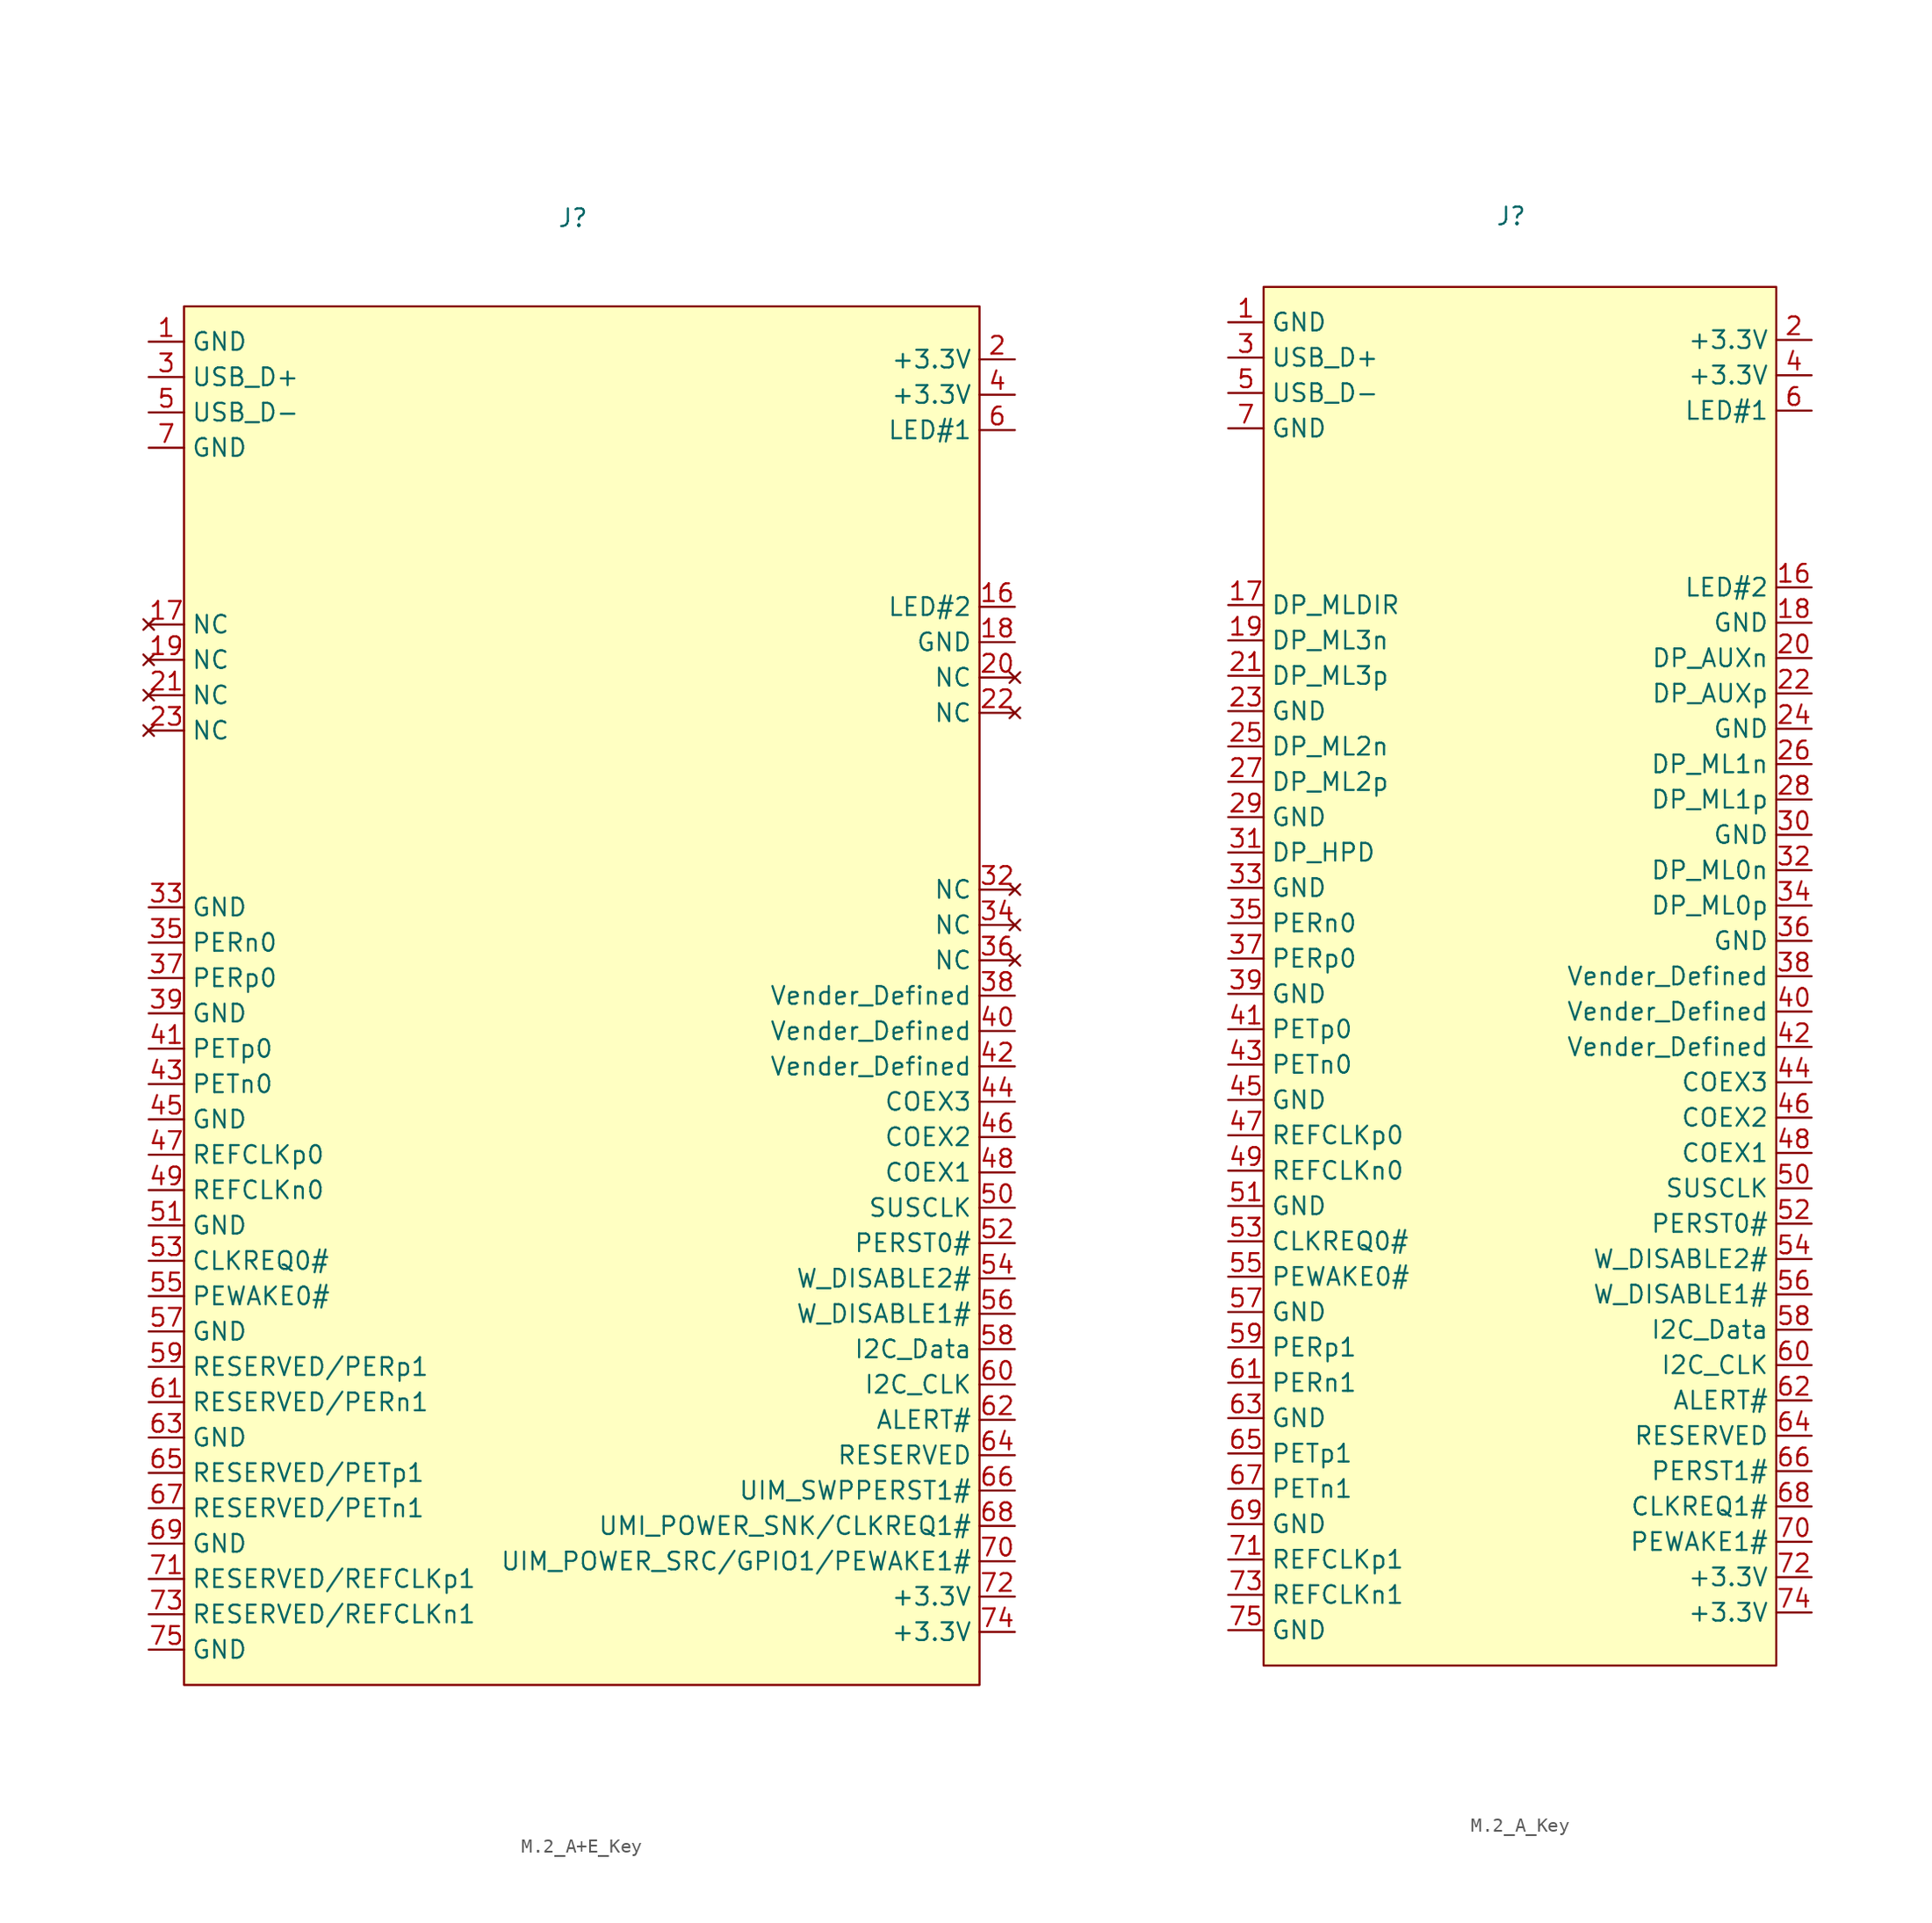
<source format=kicad_sym>
(kicad_symbol_lib
  (version 20241209)
  (generator "kicad_symbol_editor")
  (generator_version "9.0")
  (symbol "M.2_A+E_Key"
    (property "Reference" "J"
      (at 0 0 0)
      (effects (font (size 1.27 1.27))))
    (property "Value" ""
      (at 0 0 0)
      (effects (font (size 1.27 1.27))))
    (symbol "M.2_A+E_Key_0_1"
      (rectangle (start -27.94 -6.35) (end 29.21 -105.41) (stroke (width 0) (type default)) (fill (type background))))
    (symbol "M.2_A+E_Key_1_1"
      (pin power_in line (at -30.48 -8.89 0) (length 2.54) (name "GND" (effects (font (size 1.27 1.27)))) (number "1" (effects (font (size 1.27 1.27)))))
      (pin bidirectional line (at -30.48 -11.43 0) (length 2.54) (name "USB_D+" (effects (font (size 1.27 1.27)))) (number "3" (effects (font (size 1.27 1.27)))))
      (pin bidirectional line (at -30.48 -13.97 0) (length 2.54) (name "USB_D-" (effects (font (size 1.27 1.27)))) (number "5" (effects (font (size 1.27 1.27)))))
      (pin power_in line (at -30.48 -16.51 0) (length 2.54) (name "GND" (effects (font (size 1.27 1.27)))) (number "7" (effects (font (size 1.27 1.27)))))
      (pin no_connect line (at -30.48 -29.21 0) (length 2.54) (name "NC" (effects (font (size 1.27 1.27)))) (number "17" (effects (font (size 1.27 1.27)))))
      (pin no_connect line (at -30.48 -31.75 0) (length 2.54) (name "NC" (effects (font (size 1.27 1.27)))) (number "19" (effects (font (size 1.27 1.27)))))
      (pin no_connect line (at -30.48 -34.29 0) (length 2.54) (name "NC" (effects (font (size 1.27 1.27)))) (number "21" (effects (font (size 1.27 1.27)))))
      (pin no_connect line (at -30.48 -36.83 0) (length 2.54) (name "NC" (effects (font (size 1.27 1.27)))) (number "23" (effects (font (size 1.27 1.27)))))
      (pin power_in line (at -30.48 -49.53 0) (length 2.54) (name "GND" (effects (font (size 1.27 1.27)))) (number "33" (effects (font (size 1.27 1.27)))))
      (pin input line (at -30.48 -52.07 0) (length 2.54) (name "PERn0" (effects (font (size 1.27 1.27)))) (number "35" (effects (font (size 1.27 1.27)))))
      (pin input line (at -30.48 -54.61 0) (length 2.54) (name "PERp0" (effects (font (size 1.27 1.27)))) (number "37" (effects (font (size 1.27 1.27)))))
      (pin power_in line (at -30.48 -57.15 0) (length 2.54) (name "GND" (effects (font (size 1.27 1.27)))) (number "39" (effects (font (size 1.27 1.27)))))
      (pin output line (at -30.48 -59.69 0) (length 2.54) (name "PETp0" (effects (font (size 1.27 1.27)))) (number "41" (effects (font (size 1.27 1.27)))))
      (pin output line (at -30.48 -62.23 0) (length 2.54) (name "PETn0" (effects (font (size 1.27 1.27)))) (number "43" (effects (font (size 1.27 1.27)))))
      (pin power_in line (at -30.48 -64.77 0) (length 2.54) (name "GND" (effects (font (size 1.27 1.27)))) (number "45" (effects (font (size 1.27 1.27)))))
      (pin input line (at -30.48 -67.31 0) (length 2.54) (name "REFCLKp0" (effects (font (size 1.27 1.27)))) (number "47" (effects (font (size 1.27 1.27)))))
      (pin input line (at -30.48 -69.85 0) (length 2.54) (name "REFCLKn0" (effects (font (size 1.27 1.27)))) (number "49" (effects (font (size 1.27 1.27)))))
      (pin power_in line (at -30.48 -72.39 0) (length 2.54) (name "GND" (effects (font (size 1.27 1.27)))) (number "51" (effects (font (size 1.27 1.27)))))
      (pin bidirectional line (at -30.48 -74.93 0) (length 2.54) (name "CLKREQ0#" (effects (font (size 1.27 1.27)))) (number "53" (effects (font (size 1.27 1.27)))))
      (pin bidirectional line (at -30.48 -77.47 0) (length 2.54) (name "PEWAKE0#" (effects (font (size 1.27 1.27)))) (number "55" (effects (font (size 1.27 1.27)))))
      (pin power_in line (at -30.48 -80.01 0) (length 2.54) (name "GND" (effects (font (size 1.27 1.27)))) (number "57" (effects (font (size 1.27 1.27)))))
      (pin input line (at -30.48 -82.55 0) (length 2.54) (name "RESERVED/PERp1" (effects (font (size 1.27 1.27)))) (number "59" (effects (font (size 1.27 1.27)))))
      (pin input line (at -30.48 -85.09 0) (length 2.54) (name "RESERVED/PERn1" (effects (font (size 1.27 1.27)))) (number "61" (effects (font (size 1.27 1.27)))))
      (pin power_in line (at -30.48 -87.63 0) (length 2.54) (name "GND" (effects (font (size 1.27 1.27)))) (number "63" (effects (font (size 1.27 1.27)))))
      (pin output line (at -30.48 -90.17 0) (length 2.54) (name "RESERVED/PETp1" (effects (font (size 1.27 1.27)))) (number "65" (effects (font (size 1.27 1.27)))))
      (pin output line (at -30.48 -92.71 0) (length 2.54) (name "RESERVED/PETn1" (effects (font (size 1.27 1.27)))) (number "67" (effects (font (size 1.27 1.27)))))
      (pin passive line (at -30.48 -95.25 0) (length 2.54) (name "GND" (effects (font (size 1.27 1.27)))) (number "69" (effects (font (size 1.27 1.27)))))
      (pin input line (at -30.48 -97.79 0) (length 2.54) (name "RESERVED/REFCLKp1" (effects (font (size 1.27 1.27)))) (number "71" (effects (font (size 1.27 1.27)))))
      (pin input line (at -30.48 -100.33 0) (length 2.54) (name "RESERVED/REFCLKn1" (effects (font (size 1.27 1.27)))) (number "73" (effects (font (size 1.27 1.27)))))
      (pin power_in line (at -30.48 -102.87 0) (length 2.54) (name "GND" (effects (font (size 1.27 1.27)))) (number "75" (effects (font (size 1.27 1.27)))))
      (pin power_in line (at 31.75 -10.16 180) (length 2.54) (name "+3.3V" (effects (font (size 1.27 1.27)))) (number "2" (effects (font (size 1.27 1.27)))))
      (pin power_in line (at 31.75 -12.7 180) (length 2.54) (name "+3.3V" (effects (font (size 1.27 1.27)))) (number "4" (effects (font (size 1.27 1.27)))))
      (pin output line (at 31.75 -15.24 180) (length 2.54) (name "LED#1" (effects (font (size 1.27 1.27)))) (number "6" (effects (font (size 1.27 1.27)))))
      (pin output line (at 31.75 -27.94 180) (length 2.54) (name "LED#2" (effects (font (size 1.27 1.27)))) (number "16" (effects (font (size 1.27 1.27)))))
      (pin power_in line (at 31.75 -30.48 180) (length 2.54) (name "GND" (effects (font (size 1.27 1.27)))) (number "18" (effects (font (size 1.27 1.27)))))
      (pin no_connect line (at 31.75 -33.02 180) (length 2.54) (name "NC" (effects (font (size 1.27 1.27)))) (number "20" (effects (font (size 1.27 1.27)))))
      (pin no_connect line (at 31.75 -35.56 180) (length 2.54) (name "NC" (effects (font (size 1.27 1.27)))) (number "22" (effects (font (size 1.27 1.27)))))
      (pin no_connect line (at 31.75 -48.26 180) (length 2.54) (name "NC" (effects (font (size 1.27 1.27)))) (number "32" (effects (font (size 1.27 1.27)))))
      (pin no_connect line (at 31.75 -50.8 180) (length 2.54) (name "NC" (effects (font (size 1.27 1.27)))) (number "34" (effects (font (size 1.27 1.27)))))
      (pin no_connect line (at 31.75 -53.34 180) (length 2.54) (name "NC" (effects (font (size 1.27 1.27)))) (number "36" (effects (font (size 1.27 1.27)))))
      (pin unspecified line (at 31.75 -55.88 180) (length 2.54) (name "Vender_Defined" (effects (font (size 1.27 1.27)))) (number "38" (effects (font (size 1.27 1.27)))))
      (pin unspecified line (at 31.75 -58.42 180) (length 2.54) (name "Vender_Defined" (effects (font (size 1.27 1.27)))) (number "40" (effects (font (size 1.27 1.27)))))
      (pin unspecified line (at 31.75 -60.96 180) (length 2.54) (name "Vender_Defined" (effects (font (size 1.27 1.27)))) (number "42" (effects (font (size 1.27 1.27)))))
      (pin bidirectional line (at 31.75 -63.5 180) (length 2.54) (name "COEX3" (effects (font (size 1.27 1.27)))) (number "44" (effects (font (size 1.27 1.27)))))
      (pin bidirectional line (at 31.75 -66.04 180) (length 2.54) (name "COEX2" (effects (font (size 1.27 1.27)))) (number "46" (effects (font (size 1.27 1.27)))))
      (pin bidirectional line (at 31.75 -68.58 180) (length 2.54) (name "COEX1" (effects (font (size 1.27 1.27)))) (number "48" (effects (font (size 1.27 1.27)))))
      (pin input line (at 31.75 -71.12 180) (length 2.54) (name "SUSCLK" (effects (font (size 1.27 1.27)))) (number "50" (effects (font (size 1.27 1.27)))))
      (pin input line (at 31.75 -73.66 180) (length 2.54) (name "PERST0#" (effects (font (size 1.27 1.27)))) (number "52" (effects (font (size 1.27 1.27)))))
      (pin input line (at 31.75 -76.2 180) (length 2.54) (name "W_DISABLE2#" (effects (font (size 1.27 1.27)))) (number "54" (effects (font (size 1.27 1.27)))))
      (pin input line (at 31.75 -78.74 180) (length 2.54) (name "W_DISABLE1#" (effects (font (size 1.27 1.27)))) (number "56" (effects (font (size 1.27 1.27)))))
      (pin bidirectional line (at 31.75 -81.28 180) (length 2.54) (name "I2C_Data" (effects (font (size 1.27 1.27)))) (number "58" (effects (font (size 1.27 1.27)))))
      (pin input line (at 31.75 -83.82 180) (length 2.54) (name "I2C_CLK" (effects (font (size 1.27 1.27)))) (number "60" (effects (font (size 1.27 1.27)))))
      (pin output line (at 31.75 -86.36 180) (length 2.54) (name "ALERT#" (effects (font (size 1.27 1.27)))) (number "62" (effects (font (size 1.27 1.27)))))
      (pin unspecified line (at 31.75 -88.9 180) (length 2.54) (name "RESERVED" (effects (font (size 1.27 1.27)))) (number "64" (effects (font (size 1.27 1.27)))))
      (pin unspecified line (at 31.75 -91.44 180) (length 2.54) (name "UIM_SWPPERST1#" (effects (font (size 1.27 1.27)))) (number "66" (effects (font (size 1.27 1.27)))))
      (pin unspecified line (at 31.75 -93.98 180) (length 2.54) (name "UMI_POWER_SNK/CLKREQ1#" (effects (font (size 1.27 1.27)))) (number "68" (effects (font (size 1.27 1.27)))))
      (pin unspecified line (at 31.75 -96.52 180) (length 2.54) (name "UIM_POWER_SRC/GPIO1/PEWAKE1#" (effects (font (size 1.27 1.27)))) (number "70" (effects (font (size 1.27 1.27)))))
      (pin power_in line (at 31.75 -99.06 180) (length 2.54) (name "+3.3V" (effects (font (size 1.27 1.27)))) (number "72" (effects (font (size 1.27 1.27)))))
      (pin power_in line (at 31.75 -101.6 180) (length 2.54) (name "+3.3V" (effects (font (size 1.27 1.27)))) (number "74" (effects (font (size 1.27 1.27)))))))
  (symbol "M.2_A_Key"
    (property "Reference" "J"
      (at 0 0 0)
      (effects (font (size 1.27 1.27))))
    (property "Value" ""
      (at 0 0 0)
      (effects (font (size 1.27 1.27))))
    (symbol "M.2_A_Key_0_1"
      (rectangle (start -17.78 -5.08) (end 19.05 -104.14) (stroke (width 0) (type default)) (fill (type background))))
    (symbol "M.2_A_Key_1_1"
      (pin power_in line (at -20.32 -7.62 0) (length 2.54) (name "GND" (effects (font (size 1.27 1.27)))) (number "1" (effects (font (size 1.27 1.27)))))
      (pin bidirectional line (at -20.32 -10.16 0) (length 2.54) (name "USB_D+" (effects (font (size 1.27 1.27)))) (number "3" (effects (font (size 1.27 1.27)))))
      (pin bidirectional line (at -20.32 -12.7 0) (length 2.54) (name "USB_D-" (effects (font (size 1.27 1.27)))) (number "5" (effects (font (size 1.27 1.27)))))
      (pin power_in line (at -20.32 -15.24 0) (length 2.54) (name "GND" (effects (font (size 1.27 1.27)))) (number "7" (effects (font (size 1.27 1.27)))))
      (pin output line (at -20.32 -27.94 0) (length 2.54) (name "DP_MLDIR" (effects (font (size 1.27 1.27)))) (number "17" (effects (font (size 1.27 1.27)))))
      (pin bidirectional line (at -20.32 -30.48 0) (length 2.54) (name "DP_ML3n" (effects (font (size 1.27 1.27)))) (number "19" (effects (font (size 1.27 1.27)))))
      (pin bidirectional line (at -20.32 -33.02 0) (length 2.54) (name "DP_ML3p" (effects (font (size 1.27 1.27)))) (number "21" (effects (font (size 1.27 1.27)))))
      (pin power_in line (at -20.32 -35.56 0) (length 2.54) (name "GND" (effects (font (size 1.27 1.27)))) (number "23" (effects (font (size 1.27 1.27)))))
      (pin bidirectional line (at -20.32 -38.1 0) (length 2.54) (name "DP_ML2n" (effects (font (size 1.27 1.27)))) (number "25" (effects (font (size 1.27 1.27)))))
      (pin bidirectional line (at -20.32 -40.64 0) (length 2.54) (name "DP_ML2p" (effects (font (size 1.27 1.27)))) (number "27" (effects (font (size 1.27 1.27)))))
      (pin power_in line (at -20.32 -43.18 0) (length 2.54) (name "GND" (effects (font (size 1.27 1.27)))) (number "29" (effects (font (size 1.27 1.27)))))
      (pin bidirectional line (at -20.32 -45.72 0) (length 2.54) (name "DP_HPD" (effects (font (size 1.27 1.27)))) (number "31" (effects (font (size 1.27 1.27)))))
      (pin power_in line (at -20.32 -48.26 0) (length 2.54) (name "GND" (effects (font (size 1.27 1.27)))) (number "33" (effects (font (size 1.27 1.27)))))
      (pin input line (at -20.32 -50.8 0) (length 2.54) (name "PERn0" (effects (font (size 1.27 1.27)))) (number "35" (effects (font (size 1.27 1.27)))))
      (pin input line (at -20.32 -53.34 0) (length 2.54) (name "PERp0" (effects (font (size 1.27 1.27)))) (number "37" (effects (font (size 1.27 1.27)))))
      (pin power_in line (at -20.32 -55.88 0) (length 2.54) (name "GND" (effects (font (size 1.27 1.27)))) (number "39" (effects (font (size 1.27 1.27)))))
      (pin output line (at -20.32 -58.42 0) (length 2.54) (name "PETp0" (effects (font (size 1.27 1.27)))) (number "41" (effects (font (size 1.27 1.27)))))
      (pin output line (at -20.32 -60.96 0) (length 2.54) (name "PETn0" (effects (font (size 1.27 1.27)))) (number "43" (effects (font (size 1.27 1.27)))))
      (pin power_in line (at -20.32 -63.5 0) (length 2.54) (name "GND" (effects (font (size 1.27 1.27)))) (number "45" (effects (font (size 1.27 1.27)))))
      (pin input line (at -20.32 -66.04 0) (length 2.54) (name "REFCLKp0" (effects (font (size 1.27 1.27)))) (number "47" (effects (font (size 1.27 1.27)))))
      (pin input line (at -20.32 -68.58 0) (length 2.54) (name "REFCLKn0" (effects (font (size 1.27 1.27)))) (number "49" (effects (font (size 1.27 1.27)))))
      (pin power_in line (at -20.32 -71.12 0) (length 2.54) (name "GND" (effects (font (size 1.27 1.27)))) (number "51" (effects (font (size 1.27 1.27)))))
      (pin bidirectional line (at -20.32 -73.66 0) (length 2.54) (name "CLKREQ0#" (effects (font (size 1.27 1.27)))) (number "53" (effects (font (size 1.27 1.27)))))
      (pin bidirectional line (at -20.32 -76.2 0) (length 2.54) (name "PEWAKE0#" (effects (font (size 1.27 1.27)))) (number "55" (effects (font (size 1.27 1.27)))))
      (pin power_in line (at -20.32 -78.74 0) (length 2.54) (name "GND" (effects (font (size 1.27 1.27)))) (number "57" (effects (font (size 1.27 1.27)))))
      (pin input line (at -20.32 -81.28 0) (length 2.54) (name "PERp1" (effects (font (size 1.27 1.27)))) (number "59" (effects (font (size 1.27 1.27)))))
      (pin input line (at -20.32 -83.82 0) (length 2.54) (name "PERn1" (effects (font (size 1.27 1.27)))) (number "61" (effects (font (size 1.27 1.27)))))
      (pin power_in line (at -20.32 -86.36 0) (length 2.54) (name "GND" (effects (font (size 1.27 1.27)))) (number "63" (effects (font (size 1.27 1.27)))))
      (pin output line (at -20.32 -88.9 0) (length 2.54) (name "PETp1" (effects (font (size 1.27 1.27)))) (number "65" (effects (font (size 1.27 1.27)))))
      (pin output line (at -20.32 -91.44 0) (length 2.54) (name "PETn1" (effects (font (size 1.27 1.27)))) (number "67" (effects (font (size 1.27 1.27)))))
      (pin passive line (at -20.32 -93.98 0) (length 2.54) (name "GND" (effects (font (size 1.27 1.27)))) (number "69" (effects (font (size 1.27 1.27)))))
      (pin input line (at -20.32 -96.52 0) (length 2.54) (name "REFCLKp1" (effects (font (size 1.27 1.27)))) (number "71" (effects (font (size 1.27 1.27)))))
      (pin input line (at -20.32 -99.06 0) (length 2.54) (name "REFCLKn1" (effects (font (size 1.27 1.27)))) (number "73" (effects (font (size 1.27 1.27)))))
      (pin power_in line (at -20.32 -101.6 0) (length 2.54) (name "GND" (effects (font (size 1.27 1.27)))) (number "75" (effects (font (size 1.27 1.27)))))
      (pin power_in line (at 21.59 -8.89 180) (length 2.54) (name "+3.3V" (effects (font (size 1.27 1.27)))) (number "2" (effects (font (size 1.27 1.27)))))
      (pin power_in line (at 21.59 -11.43 180) (length 2.54) (name "+3.3V" (effects (font (size 1.27 1.27)))) (number "4" (effects (font (size 1.27 1.27)))))
      (pin output line (at 21.59 -13.97 180) (length 2.54) (name "LED#1" (effects (font (size 1.27 1.27)))) (number "6" (effects (font (size 1.27 1.27)))))
      (pin output line (at 21.59 -26.67 180) (length 2.54) (name "LED#2" (effects (font (size 1.27 1.27)))) (number "16" (effects (font (size 1.27 1.27)))))
      (pin power_in line (at 21.59 -29.21 180) (length 2.54) (name "GND" (effects (font (size 1.27 1.27)))) (number "18" (effects (font (size 1.27 1.27)))))
      (pin bidirectional line (at 21.59 -31.75 180) (length 2.54) (name "DP_AUXn" (effects (font (size 1.27 1.27)))) (number "20" (effects (font (size 1.27 1.27)))))
      (pin bidirectional line (at 21.59 -34.29 180) (length 2.54) (name "DP_AUXp" (effects (font (size 1.27 1.27)))) (number "22" (effects (font (size 1.27 1.27)))))
      (pin power_in line (at 21.59 -36.83 180) (length 2.54) (name "GND" (effects (font (size 1.27 1.27)))) (number "24" (effects (font (size 1.27 1.27)))))
      (pin bidirectional line (at 21.59 -39.37 180) (length 2.54) (name "DP_ML1n" (effects (font (size 1.27 1.27)))) (number "26" (effects (font (size 1.27 1.27)))))
      (pin bidirectional line (at 21.59 -41.91 180) (length 2.54) (name "DP_ML1p" (effects (font (size 1.27 1.27)))) (number "28" (effects (font (size 1.27 1.27)))))
      (pin power_in line (at 21.59 -44.45 180) (length 2.54) (name "GND" (effects (font (size 1.27 1.27)))) (number "30" (effects (font (size 1.27 1.27)))))
      (pin bidirectional line (at 21.59 -46.99 180) (length 2.54) (name "DP_ML0n" (effects (font (size 1.27 1.27)))) (number "32" (effects (font (size 1.27 1.27)))))
      (pin bidirectional line (at 21.59 -49.53 180) (length 2.54) (name "DP_ML0p" (effects (font (size 1.27 1.27)))) (number "34" (effects (font (size 1.27 1.27)))))
      (pin power_in line (at 21.59 -52.07 180) (length 2.54) (name "GND" (effects (font (size 1.27 1.27)))) (number "36" (effects (font (size 1.27 1.27)))))
      (pin unspecified line (at 21.59 -54.61 180) (length 2.54) (name "Vender_Defined" (effects (font (size 1.27 1.27)))) (number "38" (effects (font (size 1.27 1.27)))))
      (pin unspecified line (at 21.59 -57.15 180) (length 2.54) (name "Vender_Defined" (effects (font (size 1.27 1.27)))) (number "40" (effects (font (size 1.27 1.27)))))
      (pin unspecified line (at 21.59 -59.69 180) (length 2.54) (name "Vender_Defined" (effects (font (size 1.27 1.27)))) (number "42" (effects (font (size 1.27 1.27)))))
      (pin bidirectional line (at 21.59 -62.23 180) (length 2.54) (name "COEX3" (effects (font (size 1.27 1.27)))) (number "44" (effects (font (size 1.27 1.27)))))
      (pin bidirectional line (at 21.59 -64.77 180) (length 2.54) (name "COEX2" (effects (font (size 1.27 1.27)))) (number "46" (effects (font (size 1.27 1.27)))))
      (pin bidirectional line (at 21.59 -67.31 180) (length 2.54) (name "COEX1" (effects (font (size 1.27 1.27)))) (number "48" (effects (font (size 1.27 1.27)))))
      (pin input line (at 21.59 -69.85 180) (length 2.54) (name "SUSCLK" (effects (font (size 1.27 1.27)))) (number "50" (effects (font (size 1.27 1.27)))))
      (pin input line (at 21.59 -72.39 180) (length 2.54) (name "PERST0#" (effects (font (size 1.27 1.27)))) (number "52" (effects (font (size 1.27 1.27)))))
      (pin input line (at 21.59 -74.93 180) (length 2.54) (name "W_DISABLE2#" (effects (font (size 1.27 1.27)))) (number "54" (effects (font (size 1.27 1.27)))))
      (pin input line (at 21.59 -77.47 180) (length 2.54) (name "W_DISABLE1#" (effects (font (size 1.27 1.27)))) (number "56" (effects (font (size 1.27 1.27)))))
      (pin bidirectional line (at 21.59 -80.01 180) (length 2.54) (name "I2C_Data" (effects (font (size 1.27 1.27)))) (number "58" (effects (font (size 1.27 1.27)))))
      (pin input line (at 21.59 -82.55 180) (length 2.54) (name "I2C_CLK" (effects (font (size 1.27 1.27)))) (number "60" (effects (font (size 1.27 1.27)))))
      (pin output line (at 21.59 -85.09 180) (length 2.54) (name "ALERT#" (effects (font (size 1.27 1.27)))) (number "62" (effects (font (size 1.27 1.27)))))
      (pin unspecified line (at 21.59 -87.63 180) (length 2.54) (name "RESERVED" (effects (font (size 1.27 1.27)))) (number "64" (effects (font (size 1.27 1.27)))))
      (pin input line (at 21.59 -90.17 180) (length 2.54) (name "PERST1#" (effects (font (size 1.27 1.27)))) (number "66" (effects (font (size 1.27 1.27)))))
      (pin bidirectional line (at 21.59 -92.71 180) (length 2.54) (name "CLKREQ1#" (effects (font (size 1.27 1.27)))) (number "68" (effects (font (size 1.27 1.27)))))
      (pin bidirectional line (at 21.59 -95.25 180) (length 2.54) (name "PEWAKE1#" (effects (font (size 1.27 1.27)))) (number "70" (effects (font (size 1.27 1.27)))))
      (pin power_in line (at 21.59 -97.79 180) (length 2.54) (name "+3.3V" (effects (font (size 1.27 1.27)))) (number "72" (effects (font (size 1.27 1.27)))))
      (pin power_in line (at 21.59 -100.33 180) (length 2.54) (name "+3.3V" (effects (font (size 1.27 1.27)))) (number "74" (effects (font (size 1.27 1.27))))))))
</source>
